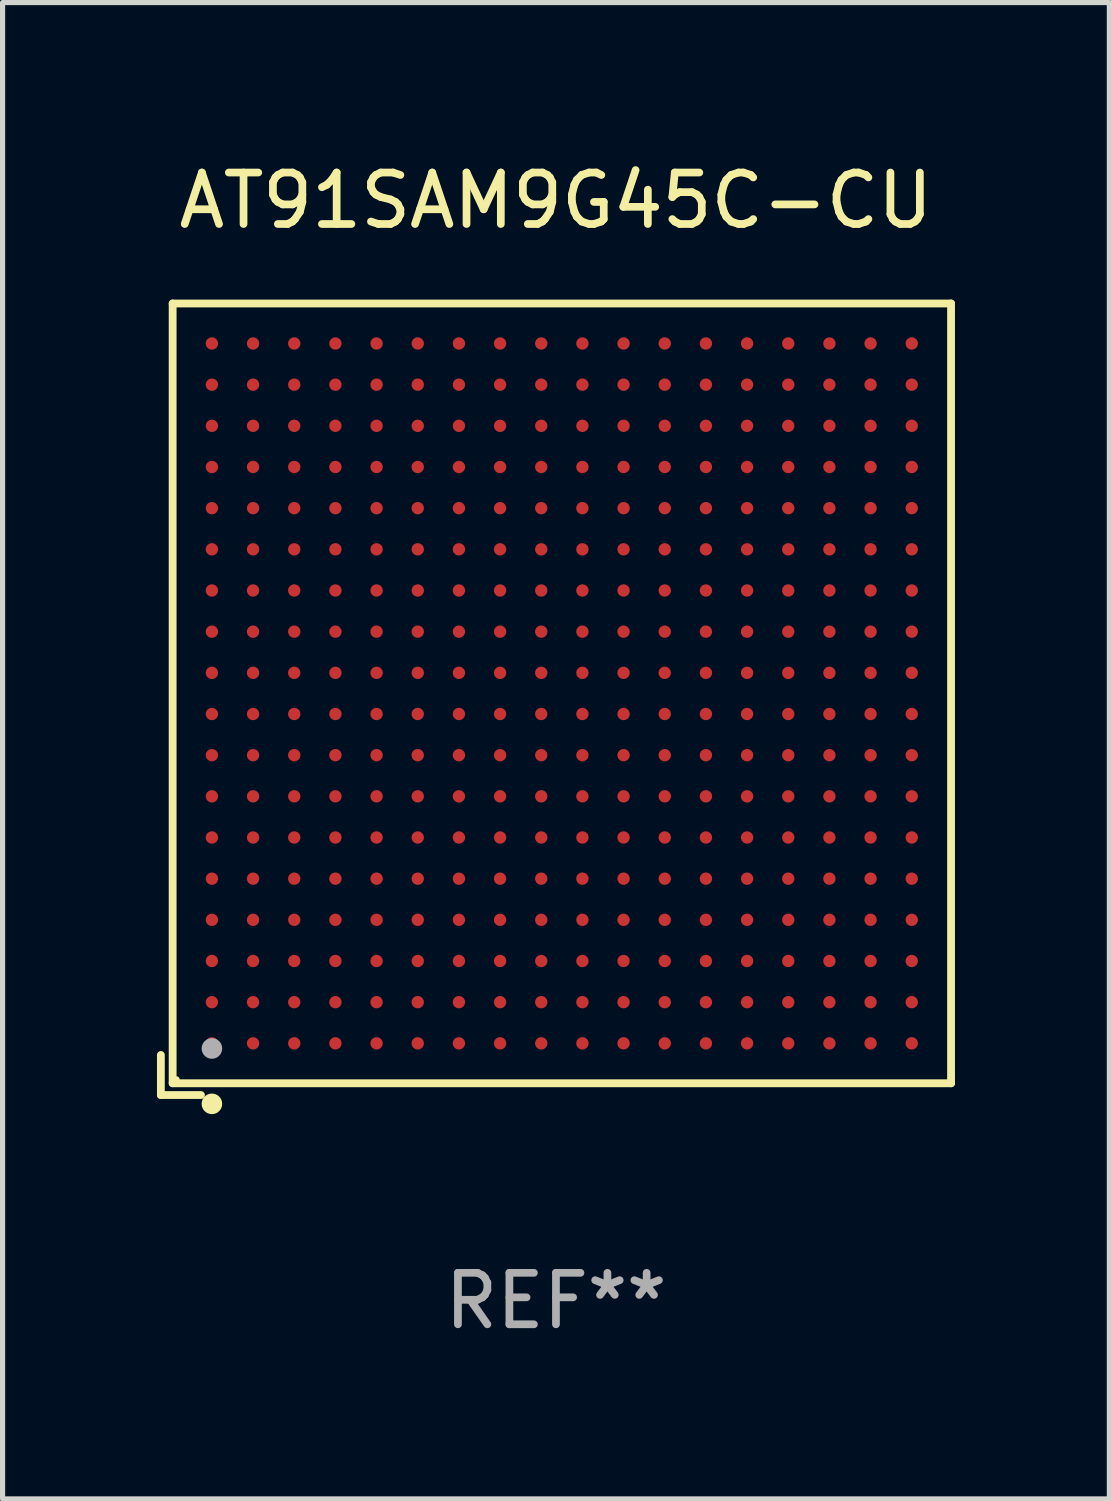
<source format=kicad_pcb>
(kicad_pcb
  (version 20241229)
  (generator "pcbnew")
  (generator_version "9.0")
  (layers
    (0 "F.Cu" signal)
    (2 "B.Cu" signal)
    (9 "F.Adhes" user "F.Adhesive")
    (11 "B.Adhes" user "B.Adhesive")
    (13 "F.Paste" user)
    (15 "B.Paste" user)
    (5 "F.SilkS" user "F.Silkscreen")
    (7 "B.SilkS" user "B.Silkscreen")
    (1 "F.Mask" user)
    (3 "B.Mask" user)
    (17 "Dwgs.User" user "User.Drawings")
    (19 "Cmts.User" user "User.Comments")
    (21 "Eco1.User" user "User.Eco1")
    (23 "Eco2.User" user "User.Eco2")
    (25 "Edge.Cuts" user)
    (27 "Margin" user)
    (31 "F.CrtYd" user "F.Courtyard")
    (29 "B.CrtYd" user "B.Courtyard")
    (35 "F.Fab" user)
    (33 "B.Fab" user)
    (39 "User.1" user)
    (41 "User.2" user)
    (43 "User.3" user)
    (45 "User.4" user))
  (footprint "AT91SAM9G45C-CU"
    (layer "F.Cu")
    (at 7.754 10.539)
    (property "Reference" "AT91SAM9G45C-CU" (at 0 -9.691 0) (layer "F.SilkS") (effects (font (size 1 1) (thickness 0.15))))
    (attr through_hole)
    (fp_line (start -7.678 6.912) (end -7.678 7.691) (stroke (width 0.152) (type solid)) (layer "F.SilkS"))
    (fp_line (start -7.678 7.691) (end -6.899 7.691) (stroke (width 0.152) (type solid)) (layer "F.SilkS"))
    (fp_line (start -7.449 -7.691) (end 7.678 -7.691) (stroke (width 0.152) (type solid)) (layer "F.SilkS"))
    (fp_line (start -7.449 7.462) (end -7.449 -7.691) (stroke (width 0.152) (type solid)) (layer "F.SilkS"))
    (fp_line (start 7.678 -7.691) (end 7.678 7.462) (stroke (width 0.152) (type solid)) (layer "F.SilkS"))
    (fp_line (start 7.678 7.462) (end -7.449 7.462) (stroke (width 0.152) (type solid)) (layer "F.SilkS"))
    (fp_circle (center -7.373 7.386) (end -7.343 7.386) (stroke (width 0.06) (type solid)) (fill no) (layer "F.SilkS"))
    (fp_circle (center -6.686 7.862) (end -6.586 7.862) (stroke (width 0.2) (type solid)) (fill no) (layer "F.SilkS"))
    (fp_circle (center -6.686 6.786) (end -6.586 6.786) (stroke (width 0.2) (type solid)) (fill no) (layer "F.Fab"))
    (fp_text user "REF**" (at 0 11.691 0) (layer "F.Fab") (effects (font (size 1 1) (thickness 0.15))))
    (pad "A1" smd circle (at -6.686 6.686) (size 0.24 0.24) (layers "F.Cu" "F.Mask" "F.Paste"))
    (pad "A2" smd circle (at -6.686 5.886) (size 0.24 0.24) (layers "F.Cu" "F.Mask" "F.Paste"))
    (pad "A3" smd circle (at -6.686 5.086) (size 0.24 0.24) (layers "F.Cu" "F.Mask" "F.Paste"))
    (pad "A4" smd circle (at -6.686 4.286) (size 0.24 0.24) (layers "F.Cu" "F.Mask" "F.Paste"))
    (pad "A5" smd circle (at -6.686 3.486) (size 0.24 0.24) (layers "F.Cu" "F.Mask" "F.Paste"))
    (pad "A6" smd circle (at -6.686 2.686) (size 0.24 0.24) (layers "F.Cu" "F.Mask" "F.Paste"))
    (pad "A7" smd circle (at -6.686 1.886) (size 0.24 0.24) (layers "F.Cu" "F.Mask" "F.Paste"))
    (pad "A8" smd circle (at -6.686 1.086) (size 0.24 0.24) (layers "F.Cu" "F.Mask" "F.Paste"))
    (pad "A9" smd circle (at -6.686 0.286) (size 0.24 0.24) (layers "F.Cu" "F.Mask" "F.Paste"))
    (pad "A10" smd circle (at -6.686 -0.514) (size 0.24 0.24) (layers "F.Cu" "F.Mask" "F.Paste"))
    (pad "A11" smd circle (at -6.686 -1.314) (size 0.24 0.24) (layers "F.Cu" "F.Mask" "F.Paste"))
    (pad "A12" smd circle (at -6.686 -2.114) (size 0.24 0.24) (layers "F.Cu" "F.Mask" "F.Paste"))
    (pad "A13" smd circle (at -6.686 -2.914) (size 0.24 0.24) (layers "F.Cu" "F.Mask" "F.Paste"))
    (pad "A14" smd circle (at -6.686 -3.714) (size 0.24 0.24) (layers "F.Cu" "F.Mask" "F.Paste"))
    (pad "A15" smd circle (at -6.686 -4.514) (size 0.24 0.24) (layers "F.Cu" "F.Mask" "F.Paste"))
    (pad "A16" smd circle (at -6.686 -5.314) (size 0.24 0.24) (layers "F.Cu" "F.Mask" "F.Paste"))
    (pad "A17" smd circle (at -6.686 -6.114) (size 0.24 0.24) (layers "F.Cu" "F.Mask" "F.Paste"))
    (pad "A18" smd circle (at -6.686 -6.914) (size 0.24 0.24) (layers "F.Cu" "F.Mask" "F.Paste"))
    (pad "B1" smd circle (at -5.886 6.686) (size 0.24 0.24) (layers "F.Cu" "F.Mask" "F.Paste"))
    (pad "B2" smd circle (at -5.886 5.886) (size 0.24 0.24) (layers "F.Cu" "F.Mask" "F.Paste"))
    (pad "B3" smd circle (at -5.886 5.086) (size 0.24 0.24) (layers "F.Cu" "F.Mask" "F.Paste"))
    (pad "B4" smd circle (at -5.886 4.286) (size 0.24 0.24) (layers "F.Cu" "F.Mask" "F.Paste"))
    (pad "B5" smd circle (at -5.886 3.486) (size 0.24 0.24) (layers "F.Cu" "F.Mask" "F.Paste"))
    (pad "B6" smd circle (at -5.886 2.686) (size 0.24 0.24) (layers "F.Cu" "F.Mask" "F.Paste"))
    (pad "B7" smd circle (at -5.886 1.886) (size 0.24 0.24) (layers "F.Cu" "F.Mask" "F.Paste"))
    (pad "B8" smd circle (at -5.886 1.086) (size 0.24 0.24) (layers "F.Cu" "F.Mask" "F.Paste"))
    (pad "B9" smd circle (at -5.886 0.286) (size 0.24 0.24) (layers "F.Cu" "F.Mask" "F.Paste"))
    (pad "B10" smd circle (at -5.886 -0.514) (size 0.24 0.24) (layers "F.Cu" "F.Mask" "F.Paste"))
    (pad "B11" smd circle (at -5.886 -1.314) (size 0.24 0.24) (layers "F.Cu" "F.Mask" "F.Paste"))
    (pad "B12" smd circle (at -5.886 -2.114) (size 0.24 0.24) (layers "F.Cu" "F.Mask" "F.Paste"))
    (pad "B13" smd circle (at -5.886 -2.914) (size 0.24 0.24) (layers "F.Cu" "F.Mask" "F.Paste"))
    (pad "B14" smd circle (at -5.886 -3.714) (size 0.24 0.24) (layers "F.Cu" "F.Mask" "F.Paste"))
    (pad "B15" smd circle (at -5.886 -4.514) (size 0.24 0.24) (layers "F.Cu" "F.Mask" "F.Paste"))
    (pad "B16" smd circle (at -5.886 -5.314) (size 0.24 0.24) (layers "F.Cu" "F.Mask" "F.Paste"))
    (pad "B17" smd circle (at -5.886 -6.114) (size 0.24 0.24) (layers "F.Cu" "F.Mask" "F.Paste"))
    (pad "B18" smd circle (at -5.886 -6.914) (size 0.24 0.24) (layers "F.Cu" "F.Mask" "F.Paste"))
    (pad "C1" smd circle (at -5.086 6.686) (size 0.24 0.24) (layers "F.Cu" "F.Mask" "F.Paste"))
    (pad "C2" smd circle (at -5.086 5.886) (size 0.24 0.24) (layers "F.Cu" "F.Mask" "F.Paste"))
    (pad "C3" smd circle (at -5.086 5.086) (size 0.24 0.24) (layers "F.Cu" "F.Mask" "F.Paste"))
    (pad "C4" smd circle (at -5.086 4.286) (size 0.24 0.24) (layers "F.Cu" "F.Mask" "F.Paste"))
    (pad "C5" smd circle (at -5.086 3.486) (size 0.24 0.24) (layers "F.Cu" "F.Mask" "F.Paste"))
    (pad "C6" smd circle (at -5.086 2.686) (size 0.24 0.24) (layers "F.Cu" "F.Mask" "F.Paste"))
    (pad "C7" smd circle (at -5.086 1.886) (size 0.24 0.24) (layers "F.Cu" "F.Mask" "F.Paste"))
    (pad "C8" smd circle (at -5.086 1.086) (size 0.24 0.24) (layers "F.Cu" "F.Mask" "F.Paste"))
    (pad "C9" smd circle (at -5.086 0.286) (size 0.24 0.24) (layers "F.Cu" "F.Mask" "F.Paste"))
    (pad "C10" smd circle (at -5.086 -0.514) (size 0.24 0.24) (layers "F.Cu" "F.Mask" "F.Paste"))
    (pad "C11" smd circle (at -5.086 -1.314) (size 0.24 0.24) (layers "F.Cu" "F.Mask" "F.Paste"))
    (pad "C12" smd circle (at -5.086 -2.114) (size 0.24 0.24) (layers "F.Cu" "F.Mask" "F.Paste"))
    (pad "C13" smd circle (at -5.086 -2.914) (size 0.24 0.24) (layers "F.Cu" "F.Mask" "F.Paste"))
    (pad "C14" smd circle (at -5.086 -3.714) (size 0.24 0.24) (layers "F.Cu" "F.Mask" "F.Paste"))
    (pad "C15" smd circle (at -5.086 -4.514) (size 0.24 0.24) (layers "F.Cu" "F.Mask" "F.Paste"))
    (pad "C16" smd circle (at -5.086 -5.314) (size 0.24 0.24) (layers "F.Cu" "F.Mask" "F.Paste"))
    (pad "C17" smd circle (at -5.086 -6.114) (size 0.24 0.24) (layers "F.Cu" "F.Mask" "F.Paste"))
    (pad "C18" smd circle (at -5.086 -6.914) (size 0.24 0.24) (layers "F.Cu" "F.Mask" "F.Paste"))
    (pad "D1" smd circle (at -4.286 6.686) (size 0.24 0.24) (layers "F.Cu" "F.Mask" "F.Paste"))
    (pad "D2" smd circle (at -4.286 5.886) (size 0.24 0.24) (layers "F.Cu" "F.Mask" "F.Paste"))
    (pad "D3" smd circle (at -4.286 5.086) (size 0.24 0.24) (layers "F.Cu" "F.Mask" "F.Paste"))
    (pad "D4" smd circle (at -4.286 4.286) (size 0.24 0.24) (layers "F.Cu" "F.Mask" "F.Paste"))
    (pad "D5" smd circle (at -4.286 3.486) (size 0.24 0.24) (layers "F.Cu" "F.Mask" "F.Paste"))
    (pad "D6" smd circle (at -4.286 2.686) (size 0.24 0.24) (layers "F.Cu" "F.Mask" "F.Paste"))
    (pad "D7" smd circle (at -4.286 1.886) (size 0.24 0.24) (layers "F.Cu" "F.Mask" "F.Paste"))
    (pad "D8" smd circle (at -4.286 1.086) (size 0.24 0.24) (layers "F.Cu" "F.Mask" "F.Paste"))
    (pad "D9" smd circle (at -4.286 0.286) (size 0.24 0.24) (layers "F.Cu" "F.Mask" "F.Paste"))
    (pad "D10" smd circle (at -4.286 -0.514) (size 0.24 0.24) (layers "F.Cu" "F.Mask" "F.Paste"))
    (pad "D11" smd circle (at -4.286 -1.314) (size 0.24 0.24) (layers "F.Cu" "F.Mask" "F.Paste"))
    (pad "D12" smd circle (at -4.286 -2.114) (size 0.24 0.24) (layers "F.Cu" "F.Mask" "F.Paste"))
    (pad "D13" smd circle (at -4.286 -2.914) (size 0.24 0.24) (layers "F.Cu" "F.Mask" "F.Paste"))
    (pad "D14" smd circle (at -4.286 -3.714) (size 0.24 0.24) (layers "F.Cu" "F.Mask" "F.Paste"))
    (pad "D15" smd circle (at -4.286 -4.514) (size 0.24 0.24) (layers "F.Cu" "F.Mask" "F.Paste"))
    (pad "D16" smd circle (at -4.286 -5.314) (size 0.24 0.24) (layers "F.Cu" "F.Mask" "F.Paste"))
    (pad "D17" smd circle (at -4.286 -6.114) (size 0.24 0.24) (layers "F.Cu" "F.Mask" "F.Paste"))
    (pad "D18" smd circle (at -4.286 -6.914) (size 0.24 0.24) (layers "F.Cu" "F.Mask" "F.Paste"))
    (pad "E1" smd circle (at -3.486 6.686) (size 0.24 0.24) (layers "F.Cu" "F.Mask" "F.Paste"))
    (pad "E2" smd circle (at -3.486 5.886) (size 0.24 0.24) (layers "F.Cu" "F.Mask" "F.Paste"))
    (pad "E3" smd circle (at -3.486 5.086) (size 0.24 0.24) (layers "F.Cu" "F.Mask" "F.Paste"))
    (pad "E4" smd circle (at -3.486 4.286) (size 0.24 0.24) (layers "F.Cu" "F.Mask" "F.Paste"))
    (pad "E5" smd circle (at -3.486 3.486) (size 0.24 0.24) (layers "F.Cu" "F.Mask" "F.Paste"))
    (pad "E6" smd circle (at -3.486 2.686) (size 0.24 0.24) (layers "F.Cu" "F.Mask" "F.Paste"))
    (pad "E7" smd circle (at -3.486 1.886) (size 0.24 0.24) (layers "F.Cu" "F.Mask" "F.Paste"))
    (pad "E8" smd circle (at -3.486 1.086) (size 0.24 0.24) (layers "F.Cu" "F.Mask" "F.Paste"))
    (pad "E9" smd circle (at -3.486 0.286) (size 0.24 0.24) (layers "F.Cu" "F.Mask" "F.Paste"))
    (pad "E10" smd circle (at -3.486 -0.514) (size 0.24 0.24) (layers "F.Cu" "F.Mask" "F.Paste"))
    (pad "E11" smd circle (at -3.486 -1.314) (size 0.24 0.24) (layers "F.Cu" "F.Mask" "F.Paste"))
    (pad "E12" smd circle (at -3.486 -2.114) (size 0.24 0.24) (layers "F.Cu" "F.Mask" "F.Paste"))
    (pad "E13" smd circle (at -3.486 -2.914) (size 0.24 0.24) (layers "F.Cu" "F.Mask" "F.Paste"))
    (pad "E14" smd circle (at -3.486 -3.714) (size 0.24 0.24) (layers "F.Cu" "F.Mask" "F.Paste"))
    (pad "E15" smd circle (at -3.486 -4.514) (size 0.24 0.24) (layers "F.Cu" "F.Mask" "F.Paste"))
    (pad "E16" smd circle (at -3.486 -5.314) (size 0.24 0.24) (layers "F.Cu" "F.Mask" "F.Paste"))
    (pad "E17" smd circle (at -3.486 -6.114) (size 0.24 0.24) (layers "F.Cu" "F.Mask" "F.Paste"))
    (pad "E18" smd circle (at -3.486 -6.914) (size 0.24 0.24) (layers "F.Cu" "F.Mask" "F.Paste"))
    (pad "F1" smd circle (at -2.686 6.686) (size 0.24 0.24) (layers "F.Cu" "F.Mask" "F.Paste"))
    (pad "F2" smd circle (at -2.686 5.886) (size 0.24 0.24) (layers "F.Cu" "F.Mask" "F.Paste"))
    (pad "F3" smd circle (at -2.686 5.086) (size 0.24 0.24) (layers "F.Cu" "F.Mask" "F.Paste"))
    (pad "F4" smd circle (at -2.686 4.286) (size 0.24 0.24) (layers "F.Cu" "F.Mask" "F.Paste"))
    (pad "F5" smd circle (at -2.686 3.486) (size 0.24 0.24) (layers "F.Cu" "F.Mask" "F.Paste"))
    (pad "F6" smd circle (at -2.686 2.686) (size 0.24 0.24) (layers "F.Cu" "F.Mask" "F.Paste"))
    (pad "F7" smd circle (at -2.686 1.886) (size 0.24 0.24) (layers "F.Cu" "F.Mask" "F.Paste"))
    (pad "F8" smd circle (at -2.686 1.086) (size 0.24 0.24) (layers "F.Cu" "F.Mask" "F.Paste"))
    (pad "F9" smd circle (at -2.686 0.286) (size 0.24 0.24) (layers "F.Cu" "F.Mask" "F.Paste"))
    (pad "F10" smd circle (at -2.686 -0.514) (size 0.24 0.24) (layers "F.Cu" "F.Mask" "F.Paste"))
    (pad "F11" smd circle (at -2.686 -1.314) (size 0.24 0.24) (layers "F.Cu" "F.Mask" "F.Paste"))
    (pad "F12" smd circle (at -2.686 -2.114) (size 0.24 0.24) (layers "F.Cu" "F.Mask" "F.Paste"))
    (pad "F13" smd circle (at -2.686 -2.914) (size 0.24 0.24) (layers "F.Cu" "F.Mask" "F.Paste"))
    (pad "F14" smd circle (at -2.686 -3.714) (size 0.24 0.24) (layers "F.Cu" "F.Mask" "F.Paste"))
    (pad "F15" smd circle (at -2.686 -4.514) (size 0.24 0.24) (layers "F.Cu" "F.Mask" "F.Paste"))
    (pad "F16" smd circle (at -2.686 -5.314) (size 0.24 0.24) (layers "F.Cu" "F.Mask" "F.Paste"))
    (pad "F17" smd circle (at -2.686 -6.114) (size 0.24 0.24) (layers "F.Cu" "F.Mask" "F.Paste"))
    (pad "F18" smd circle (at -2.686 -6.914) (size 0.24 0.24) (layers "F.Cu" "F.Mask" "F.Paste"))
    (pad "G1" smd circle (at -1.886 6.686) (size 0.24 0.24) (layers "F.Cu" "F.Mask" "F.Paste"))
    (pad "G2" smd circle (at -1.886 5.886) (size 0.24 0.24) (layers "F.Cu" "F.Mask" "F.Paste"))
    (pad "G3" smd circle (at -1.886 5.086) (size 0.24 0.24) (layers "F.Cu" "F.Mask" "F.Paste"))
    (pad "G4" smd circle (at -1.886 4.286) (size 0.24 0.24) (layers "F.Cu" "F.Mask" "F.Paste"))
    (pad "G5" smd circle (at -1.886 3.486) (size 0.24 0.24) (layers "F.Cu" "F.Mask" "F.Paste"))
    (pad "G6" smd circle (at -1.886 2.686) (size 0.24 0.24) (layers "F.Cu" "F.Mask" "F.Paste"))
    (pad "G7" smd circle (at -1.886 1.886) (size 0.24 0.24) (layers "F.Cu" "F.Mask" "F.Paste"))
    (pad "G8" smd circle (at -1.886 1.086) (size 0.24 0.24) (layers "F.Cu" "F.Mask" "F.Paste"))
    (pad "G9" smd circle (at -1.886 0.286) (size 0.24 0.24) (layers "F.Cu" "F.Mask" "F.Paste"))
    (pad "G10" smd circle (at -1.886 -0.514) (size 0.24 0.24) (layers "F.Cu" "F.Mask" "F.Paste"))
    (pad "G11" smd circle (at -1.886 -1.314) (size 0.24 0.24) (layers "F.Cu" "F.Mask" "F.Paste"))
    (pad "G12" smd circle (at -1.886 -2.114) (size 0.24 0.24) (layers "F.Cu" "F.Mask" "F.Paste"))
    (pad "G13" smd circle (at -1.886 -2.914) (size 0.24 0.24) (layers "F.Cu" "F.Mask" "F.Paste"))
    (pad "G14" smd circle (at -1.886 -3.714) (size 0.24 0.24) (layers "F.Cu" "F.Mask" "F.Paste"))
    (pad "G15" smd circle (at -1.886 -4.514) (size 0.24 0.24) (layers "F.Cu" "F.Mask" "F.Paste"))
    (pad "G16" smd circle (at -1.886 -5.314) (size 0.24 0.24) (layers "F.Cu" "F.Mask" "F.Paste"))
    (pad "G17" smd circle (at -1.886 -6.114) (size 0.24 0.24) (layers "F.Cu" "F.Mask" "F.Paste"))
    (pad "G18" smd circle (at -1.886 -6.914) (size 0.24 0.24) (layers "F.Cu" "F.Mask" "F.Paste"))
    (pad "H1" smd circle (at -1.086 6.686) (size 0.24 0.24) (layers "F.Cu" "F.Mask" "F.Paste"))
    (pad "H2" smd circle (at -1.086 5.886) (size 0.24 0.24) (layers "F.Cu" "F.Mask" "F.Paste"))
    (pad "H3" smd circle (at -1.086 5.086) (size 0.24 0.24) (layers "F.Cu" "F.Mask" "F.Paste"))
    (pad "H4" smd circle (at -1.086 4.286) (size 0.24 0.24) (layers "F.Cu" "F.Mask" "F.Paste"))
    (pad "H5" smd circle (at -1.086 3.486) (size 0.24 0.24) (layers "F.Cu" "F.Mask" "F.Paste"))
    (pad "H6" smd circle (at -1.086 2.686) (size 0.24 0.24) (layers "F.Cu" "F.Mask" "F.Paste"))
    (pad "H7" smd circle (at -1.086 1.886) (size 0.24 0.24) (layers "F.Cu" "F.Mask" "F.Paste"))
    (pad "H8" smd circle (at -1.086 1.086) (size 0.24 0.24) (layers "F.Cu" "F.Mask" "F.Paste"))
    (pad "H9" smd circle (at -1.086 0.286) (size 0.24 0.24) (layers "F.Cu" "F.Mask" "F.Paste"))
    (pad "H10" smd circle (at -1.086 -0.514) (size 0.24 0.24) (layers "F.Cu" "F.Mask" "F.Paste"))
    (pad "H11" smd circle (at -1.086 -1.314) (size 0.24 0.24) (layers "F.Cu" "F.Mask" "F.Paste"))
    (pad "H12" smd circle (at -1.086 -2.114) (size 0.24 0.24) (layers "F.Cu" "F.Mask" "F.Paste"))
    (pad "H13" smd circle (at -1.086 -2.914) (size 0.24 0.24) (layers "F.Cu" "F.Mask" "F.Paste"))
    (pad "H14" smd circle (at -1.086 -3.714) (size 0.24 0.24) (layers "F.Cu" "F.Mask" "F.Paste"))
    (pad "H15" smd circle (at -1.086 -4.514) (size 0.24 0.24) (layers "F.Cu" "F.Mask" "F.Paste"))
    (pad "H16" smd circle (at -1.086 -5.314) (size 0.24 0.24) (layers "F.Cu" "F.Mask" "F.Paste"))
    (pad "H17" smd circle (at -1.086 -6.114) (size 0.24 0.24) (layers "F.Cu" "F.Mask" "F.Paste"))
    (pad "H18" smd circle (at -1.086 -6.914) (size 0.24 0.24) (layers "F.Cu" "F.Mask" "F.Paste"))
    (pad "J1" smd circle (at -0.286 6.686) (size 0.24 0.24) (layers "F.Cu" "F.Mask" "F.Paste"))
    (pad "J2" smd circle (at -0.286 5.886) (size 0.24 0.24) (layers "F.Cu" "F.Mask" "F.Paste"))
    (pad "J3" smd circle (at -0.286 5.086) (size 0.24 0.24) (layers "F.Cu" "F.Mask" "F.Paste"))
    (pad "J4" smd circle (at -0.286 4.286) (size 0.24 0.24) (layers "F.Cu" "F.Mask" "F.Paste"))
    (pad "J5" smd circle (at -0.286 3.486) (size 0.24 0.24) (layers "F.Cu" "F.Mask" "F.Paste"))
    (pad "J6" smd circle (at -0.286 2.686) (size 0.24 0.24) (layers "F.Cu" "F.Mask" "F.Paste"))
    (pad "J7" smd circle (at -0.286 1.886) (size 0.24 0.24) (layers "F.Cu" "F.Mask" "F.Paste"))
    (pad "J8" smd circle (at -0.286 1.086) (size 0.24 0.24) (layers "F.Cu" "F.Mask" "F.Paste"))
    (pad "J9" smd circle (at -0.286 0.286) (size 0.24 0.24) (layers "F.Cu" "F.Mask" "F.Paste"))
    (pad "J10" smd circle (at -0.286 -0.514) (size 0.24 0.24) (layers "F.Cu" "F.Mask" "F.Paste"))
    (pad "J11" smd circle (at -0.286 -1.314) (size 0.24 0.24) (layers "F.Cu" "F.Mask" "F.Paste"))
    (pad "J12" smd circle (at -0.286 -2.114) (size 0.24 0.24) (layers "F.Cu" "F.Mask" "F.Paste"))
    (pad "J13" smd circle (at -0.286 -2.914) (size 0.24 0.24) (layers "F.Cu" "F.Mask" "F.Paste"))
    (pad "J14" smd circle (at -0.286 -3.714) (size 0.24 0.24) (layers "F.Cu" "F.Mask" "F.Paste"))
    (pad "J15" smd circle (at -0.286 -4.514) (size 0.24 0.24) (layers "F.Cu" "F.Mask" "F.Paste"))
    (pad "J16" smd circle (at -0.286 -5.314) (size 0.24 0.24) (layers "F.Cu" "F.Mask" "F.Paste"))
    (pad "J17" smd circle (at -0.286 -6.114) (size 0.24 0.24) (layers "F.Cu" "F.Mask" "F.Paste"))
    (pad "J18" smd circle (at -0.286 -6.914) (size 0.24 0.24) (layers "F.Cu" "F.Mask" "F.Paste"))
    (pad "K1" smd circle (at 0.514 6.686) (size 0.24 0.24) (layers "F.Cu" "F.Mask" "F.Paste"))
    (pad "K2" smd circle (at 0.514 5.886) (size 0.24 0.24) (layers "F.Cu" "F.Mask" "F.Paste"))
    (pad "K3" smd circle (at 0.514 5.086) (size 0.24 0.24) (layers "F.Cu" "F.Mask" "F.Paste"))
    (pad "K4" smd circle (at 0.514 4.286) (size 0.24 0.24) (layers "F.Cu" "F.Mask" "F.Paste"))
    (pad "K5" smd circle (at 0.514 3.486) (size 0.24 0.24) (layers "F.Cu" "F.Mask" "F.Paste"))
    (pad "K6" smd circle (at 0.514 2.686) (size 0.24 0.24) (layers "F.Cu" "F.Mask" "F.Paste"))
    (pad "K7" smd circle (at 0.514 1.886) (size 0.24 0.24) (layers "F.Cu" "F.Mask" "F.Paste"))
    (pad "K8" smd circle (at 0.514 1.086) (size 0.24 0.24) (layers "F.Cu" "F.Mask" "F.Paste"))
    (pad "K9" smd circle (at 0.514 0.286) (size 0.24 0.24) (layers "F.Cu" "F.Mask" "F.Paste"))
    (pad "K10" smd circle (at 0.514 -0.514) (size 0.24 0.24) (layers "F.Cu" "F.Mask" "F.Paste"))
    (pad "K11" smd circle (at 0.514 -1.314) (size 0.24 0.24) (layers "F.Cu" "F.Mask" "F.Paste"))
    (pad "K12" smd circle (at 0.514 -2.114) (size 0.24 0.24) (layers "F.Cu" "F.Mask" "F.Paste"))
    (pad "K13" smd circle (at 0.514 -2.914) (size 0.24 0.24) (layers "F.Cu" "F.Mask" "F.Paste"))
    (pad "K14" smd circle (at 0.514 -3.714) (size 0.24 0.24) (layers "F.Cu" "F.Mask" "F.Paste"))
    (pad "K15" smd circle (at 0.514 -4.514) (size 0.24 0.24) (layers "F.Cu" "F.Mask" "F.Paste"))
    (pad "K16" smd circle (at 0.514 -5.314) (size 0.24 0.24) (layers "F.Cu" "F.Mask" "F.Paste"))
    (pad "K17" smd circle (at 0.514 -6.114) (size 0.24 0.24) (layers "F.Cu" "F.Mask" "F.Paste"))
    (pad "K18" smd circle (at 0.514 -6.914) (size 0.24 0.24) (layers "F.Cu" "F.Mask" "F.Paste"))
    (pad "L1" smd circle (at 1.314 6.686) (size 0.24 0.24) (layers "F.Cu" "F.Mask" "F.Paste"))
    (pad "L2" smd circle (at 1.314 5.886) (size 0.24 0.24) (layers "F.Cu" "F.Mask" "F.Paste"))
    (pad "L3" smd circle (at 1.314 5.086) (size 0.24 0.24) (layers "F.Cu" "F.Mask" "F.Paste"))
    (pad "L4" smd circle (at 1.314 4.286) (size 0.24 0.24) (layers "F.Cu" "F.Mask" "F.Paste"))
    (pad "L5" smd circle (at 1.314 3.486) (size 0.24 0.24) (layers "F.Cu" "F.Mask" "F.Paste"))
    (pad "L6" smd circle (at 1.314 2.686) (size 0.24 0.24) (layers "F.Cu" "F.Mask" "F.Paste"))
    (pad "L7" smd circle (at 1.314 1.886) (size 0.24 0.24) (layers "F.Cu" "F.Mask" "F.Paste"))
    (pad "L8" smd circle (at 1.314 1.086) (size 0.24 0.24) (layers "F.Cu" "F.Mask" "F.Paste"))
    (pad "L9" smd circle (at 1.314 0.286) (size 0.24 0.24) (layers "F.Cu" "F.Mask" "F.Paste"))
    (pad "L10" smd circle (at 1.314 -0.514) (size 0.24 0.24) (layers "F.Cu" "F.Mask" "F.Paste"))
    (pad "L11" smd circle (at 1.314 -1.314) (size 0.24 0.24) (layers "F.Cu" "F.Mask" "F.Paste"))
    (pad "L12" smd circle (at 1.314 -2.114) (size 0.24 0.24) (layers "F.Cu" "F.Mask" "F.Paste"))
    (pad "L13" smd circle (at 1.314 -2.914) (size 0.24 0.24) (layers "F.Cu" "F.Mask" "F.Paste"))
    (pad "L14" smd circle (at 1.314 -3.714) (size 0.24 0.24) (layers "F.Cu" "F.Mask" "F.Paste"))
    (pad "L15" smd circle (at 1.314 -4.514) (size 0.24 0.24) (layers "F.Cu" "F.Mask" "F.Paste"))
    (pad "L16" smd circle (at 1.314 -5.314) (size 0.24 0.24) (layers "F.Cu" "F.Mask" "F.Paste"))
    (pad "L17" smd circle (at 1.314 -6.114) (size 0.24 0.24) (layers "F.Cu" "F.Mask" "F.Paste"))
    (pad "L18" smd circle (at 1.314 -6.914) (size 0.24 0.24) (layers "F.Cu" "F.Mask" "F.Paste"))
    (pad "M1" smd circle (at 2.114 6.686) (size 0.24 0.24) (layers "F.Cu" "F.Mask" "F.Paste"))
    (pad "M2" smd circle (at 2.114 5.886) (size 0.24 0.24) (layers "F.Cu" "F.Mask" "F.Paste"))
    (pad "M3" smd circle (at 2.114 5.086) (size 0.24 0.24) (layers "F.Cu" "F.Mask" "F.Paste"))
    (pad "M4" smd circle (at 2.114 4.286) (size 0.24 0.24) (layers "F.Cu" "F.Mask" "F.Paste"))
    (pad "M5" smd circle (at 2.114 3.486) (size 0.24 0.24) (layers "F.Cu" "F.Mask" "F.Paste"))
    (pad "M6" smd circle (at 2.114 2.686) (size 0.24 0.24) (layers "F.Cu" "F.Mask" "F.Paste"))
    (pad "M7" smd circle (at 2.114 1.886) (size 0.24 0.24) (layers "F.Cu" "F.Mask" "F.Paste"))
    (pad "M8" smd circle (at 2.114 1.086) (size 0.24 0.24) (layers "F.Cu" "F.Mask" "F.Paste"))
    (pad "M9" smd circle (at 2.114 0.286) (size 0.24 0.24) (layers "F.Cu" "F.Mask" "F.Paste"))
    (pad "M10" smd circle (at 2.114 -0.514) (size 0.24 0.24) (layers "F.Cu" "F.Mask" "F.Paste"))
    (pad "M11" smd circle (at 2.114 -1.314) (size 0.24 0.24) (layers "F.Cu" "F.Mask" "F.Paste"))
    (pad "M12" smd circle (at 2.114 -2.114) (size 0.24 0.24) (layers "F.Cu" "F.Mask" "F.Paste"))
    (pad "M13" smd circle (at 2.114 -2.914) (size 0.24 0.24) (layers "F.Cu" "F.Mask" "F.Paste"))
    (pad "M14" smd circle (at 2.114 -3.714) (size 0.24 0.24) (layers "F.Cu" "F.Mask" "F.Paste"))
    (pad "M15" smd circle (at 2.114 -4.514) (size 0.24 0.24) (layers "F.Cu" "F.Mask" "F.Paste"))
    (pad "M16" smd circle (at 2.114 -5.314) (size 0.24 0.24) (layers "F.Cu" "F.Mask" "F.Paste"))
    (pad "M17" smd circle (at 2.114 -6.114) (size 0.24 0.24) (layers "F.Cu" "F.Mask" "F.Paste"))
    (pad "M18" smd circle (at 2.114 -6.914) (size 0.24 0.24) (layers "F.Cu" "F.Mask" "F.Paste"))
    (pad "N1" smd circle (at 2.914 6.686) (size 0.24 0.24) (layers "F.Cu" "F.Mask" "F.Paste"))
    (pad "N2" smd circle (at 2.914 5.886) (size 0.24 0.24) (layers "F.Cu" "F.Mask" "F.Paste"))
    (pad "N3" smd circle (at 2.914 5.086) (size 0.24 0.24) (layers "F.Cu" "F.Mask" "F.Paste"))
    (pad "N4" smd circle (at 2.914 4.286) (size 0.24 0.24) (layers "F.Cu" "F.Mask" "F.Paste"))
    (pad "N5" smd circle (at 2.914 3.486) (size 0.24 0.24) (layers "F.Cu" "F.Mask" "F.Paste"))
    (pad "N6" smd circle (at 2.914 2.686) (size 0.24 0.24) (layers "F.Cu" "F.Mask" "F.Paste"))
    (pad "N7" smd circle (at 2.914 1.886) (size 0.24 0.24) (layers "F.Cu" "F.Mask" "F.Paste"))
    (pad "N8" smd circle (at 2.914 1.086) (size 0.24 0.24) (layers "F.Cu" "F.Mask" "F.Paste"))
    (pad "N9" smd circle (at 2.914 0.286) (size 0.24 0.24) (layers "F.Cu" "F.Mask" "F.Paste"))
    (pad "N10" smd circle (at 2.914 -0.514) (size 0.24 0.24) (layers "F.Cu" "F.Mask" "F.Paste"))
    (pad "N11" smd circle (at 2.914 -1.314) (size 0.24 0.24) (layers "F.Cu" "F.Mask" "F.Paste"))
    (pad "N12" smd circle (at 2.914 -2.114) (size 0.24 0.24) (layers "F.Cu" "F.Mask" "F.Paste"))
    (pad "N13" smd circle (at 2.914 -2.914) (size 0.24 0.24) (layers "F.Cu" "F.Mask" "F.Paste"))
    (pad "N14" smd circle (at 2.914 -3.714) (size 0.24 0.24) (layers "F.Cu" "F.Mask" "F.Paste"))
    (pad "N15" smd circle (at 2.914 -4.514) (size 0.24 0.24) (layers "F.Cu" "F.Mask" "F.Paste"))
    (pad "N16" smd circle (at 2.914 -5.314) (size 0.24 0.24) (layers "F.Cu" "F.Mask" "F.Paste"))
    (pad "N17" smd circle (at 2.914 -6.114) (size 0.24 0.24) (layers "F.Cu" "F.Mask" "F.Paste"))
    (pad "N18" smd circle (at 2.914 -6.914) (size 0.24 0.24) (layers "F.Cu" "F.Mask" "F.Paste"))
    (pad "P1" smd circle (at 3.714 6.686) (size 0.24 0.24) (layers "F.Cu" "F.Mask" "F.Paste"))
    (pad "P2" smd circle (at 3.714 5.886) (size 0.24 0.24) (layers "F.Cu" "F.Mask" "F.Paste"))
    (pad "P3" smd circle (at 3.714 5.086) (size 0.24 0.24) (layers "F.Cu" "F.Mask" "F.Paste"))
    (pad "P4" smd circle (at 3.714 4.286) (size 0.24 0.24) (layers "F.Cu" "F.Mask" "F.Paste"))
    (pad "P5" smd circle (at 3.714 3.486) (size 0.24 0.24) (layers "F.Cu" "F.Mask" "F.Paste"))
    (pad "P6" smd circle (at 3.714 2.686) (size 0.24 0.24) (layers "F.Cu" "F.Mask" "F.Paste"))
    (pad "P7" smd circle (at 3.714 1.886) (size 0.24 0.24) (layers "F.Cu" "F.Mask" "F.Paste"))
    (pad "P8" smd circle (at 3.714 1.086) (size 0.24 0.24) (layers "F.Cu" "F.Mask" "F.Paste"))
    (pad "P9" smd circle (at 3.714 0.286) (size 0.24 0.24) (layers "F.Cu" "F.Mask" "F.Paste"))
    (pad "P10" smd circle (at 3.714 -0.514) (size 0.24 0.24) (layers "F.Cu" "F.Mask" "F.Paste"))
    (pad "P11" smd circle (at 3.714 -1.314) (size 0.24 0.24) (layers "F.Cu" "F.Mask" "F.Paste"))
    (pad "P12" smd circle (at 3.714 -2.114) (size 0.24 0.24) (layers "F.Cu" "F.Mask" "F.Paste"))
    (pad "P13" smd circle (at 3.714 -2.914) (size 0.24 0.24) (layers "F.Cu" "F.Mask" "F.Paste"))
    (pad "P14" smd circle (at 3.714 -3.714) (size 0.24 0.24) (layers "F.Cu" "F.Mask" "F.Paste"))
    (pad "P15" smd circle (at 3.714 -4.514) (size 0.24 0.24) (layers "F.Cu" "F.Mask" "F.Paste"))
    (pad "P16" smd circle (at 3.714 -5.314) (size 0.24 0.24) (layers "F.Cu" "F.Mask" "F.Paste"))
    (pad "P17" smd circle (at 3.714 -6.114) (size 0.24 0.24) (layers "F.Cu" "F.Mask" "F.Paste"))
    (pad "P18" smd circle (at 3.714 -6.914) (size 0.24 0.24) (layers "F.Cu" "F.Mask" "F.Paste"))
    (pad "R1" smd circle (at 4.514 6.686) (size 0.24 0.24) (layers "F.Cu" "F.Mask" "F.Paste"))
    (pad "R2" smd circle (at 4.514 5.886) (size 0.24 0.24) (layers "F.Cu" "F.Mask" "F.Paste"))
    (pad "R3" smd circle (at 4.514 5.086) (size 0.24 0.24) (layers "F.Cu" "F.Mask" "F.Paste"))
    (pad "R4" smd circle (at 4.514 4.286) (size 0.24 0.24) (layers "F.Cu" "F.Mask" "F.Paste"))
    (pad "R5" smd circle (at 4.514 3.486) (size 0.24 0.24) (layers "F.Cu" "F.Mask" "F.Paste"))
    (pad "R6" smd circle (at 4.514 2.686) (size 0.24 0.24) (layers "F.Cu" "F.Mask" "F.Paste"))
    (pad "R7" smd circle (at 4.514 1.886) (size 0.24 0.24) (layers "F.Cu" "F.Mask" "F.Paste"))
    (pad "R8" smd circle (at 4.514 1.086) (size 0.24 0.24) (layers "F.Cu" "F.Mask" "F.Paste"))
    (pad "R9" smd circle (at 4.514 0.286) (size 0.24 0.24) (layers "F.Cu" "F.Mask" "F.Paste"))
    (pad "R10" smd circle (at 4.514 -0.514) (size 0.24 0.24) (layers "F.Cu" "F.Mask" "F.Paste"))
    (pad "R11" smd circle (at 4.514 -1.314) (size 0.24 0.24) (layers "F.Cu" "F.Mask" "F.Paste"))
    (pad "R12" smd circle (at 4.514 -2.114) (size 0.24 0.24) (layers "F.Cu" "F.Mask" "F.Paste"))
    (pad "R13" smd circle (at 4.514 -2.914) (size 0.24 0.24) (layers "F.Cu" "F.Mask" "F.Paste"))
    (pad "R14" smd circle (at 4.514 -3.714) (size 0.24 0.24) (layers "F.Cu" "F.Mask" "F.Paste"))
    (pad "R15" smd circle (at 4.514 -4.514) (size 0.24 0.24) (layers "F.Cu" "F.Mask" "F.Paste"))
    (pad "R16" smd circle (at 4.514 -5.314) (size 0.24 0.24) (layers "F.Cu" "F.Mask" "F.Paste"))
    (pad "R17" smd circle (at 4.514 -6.114) (size 0.24 0.24) (layers "F.Cu" "F.Mask" "F.Paste"))
    (pad "R18" smd circle (at 4.514 -6.914) (size 0.24 0.24) (layers "F.Cu" "F.Mask" "F.Paste"))
    (pad "T1" smd circle (at 5.314 6.686) (size 0.24 0.24) (layers "F.Cu" "F.Mask" "F.Paste"))
    (pad "T2" smd circle (at 5.314 5.886) (size 0.24 0.24) (layers "F.Cu" "F.Mask" "F.Paste"))
    (pad "T3" smd circle (at 5.314 5.086) (size 0.24 0.24) (layers "F.Cu" "F.Mask" "F.Paste"))
    (pad "T4" smd circle (at 5.314 4.286) (size 0.24 0.24) (layers "F.Cu" "F.Mask" "F.Paste"))
    (pad "T5" smd circle (at 5.314 3.486) (size 0.24 0.24) (layers "F.Cu" "F.Mask" "F.Paste"))
    (pad "T6" smd circle (at 5.314 2.686) (size 0.24 0.24) (layers "F.Cu" "F.Mask" "F.Paste"))
    (pad "T7" smd circle (at 5.314 1.886) (size 0.24 0.24) (layers "F.Cu" "F.Mask" "F.Paste"))
    (pad "T8" smd circle (at 5.314 1.086) (size 0.24 0.24) (layers "F.Cu" "F.Mask" "F.Paste"))
    (pad "T9" smd circle (at 5.314 0.286) (size 0.24 0.24) (layers "F.Cu" "F.Mask" "F.Paste"))
    (pad "T10" smd circle (at 5.314 -0.514) (size 0.24 0.24) (layers "F.Cu" "F.Mask" "F.Paste"))
    (pad "T11" smd circle (at 5.314 -1.314) (size 0.24 0.24) (layers "F.Cu" "F.Mask" "F.Paste"))
    (pad "T12" smd circle (at 5.314 -2.114) (size 0.24 0.24) (layers "F.Cu" "F.Mask" "F.Paste"))
    (pad "T13" smd circle (at 5.314 -2.914) (size 0.24 0.24) (layers "F.Cu" "F.Mask" "F.Paste"))
    (pad "T14" smd circle (at 5.314 -3.714) (size 0.24 0.24) (layers "F.Cu" "F.Mask" "F.Paste"))
    (pad "T15" smd circle (at 5.314 -4.514) (size 0.24 0.24) (layers "F.Cu" "F.Mask" "F.Paste"))
    (pad "T16" smd circle (at 5.314 -5.314) (size 0.24 0.24) (layers "F.Cu" "F.Mask" "F.Paste"))
    (pad "T17" smd circle (at 5.314 -6.114) (size 0.24 0.24) (layers "F.Cu" "F.Mask" "F.Paste"))
    (pad "T18" smd circle (at 5.314 -6.914) (size 0.24 0.24) (layers "F.Cu" "F.Mask" "F.Paste"))
    (pad "U1" smd circle (at 6.114 6.686) (size 0.24 0.24) (layers "F.Cu" "F.Mask" "F.Paste"))
    (pad "U2" smd circle (at 6.114 5.886) (size 0.24 0.24) (layers "F.Cu" "F.Mask" "F.Paste"))
    (pad "U3" smd circle (at 6.114 5.086) (size 0.24 0.24) (layers "F.Cu" "F.Mask" "F.Paste"))
    (pad "U4" smd circle (at 6.114 4.286) (size 0.24 0.24) (layers "F.Cu" "F.Mask" "F.Paste"))
    (pad "U5" smd circle (at 6.114 3.486) (size 0.24 0.24) (layers "F.Cu" "F.Mask" "F.Paste"))
    (pad "U6" smd circle (at 6.114 2.686) (size 0.24 0.24) (layers "F.Cu" "F.Mask" "F.Paste"))
    (pad "U7" smd circle (at 6.114 1.886) (size 0.24 0.24) (layers "F.Cu" "F.Mask" "F.Paste"))
    (pad "U8" smd circle (at 6.114 1.086) (size 0.24 0.24) (layers "F.Cu" "F.Mask" "F.Paste"))
    (pad "U9" smd circle (at 6.114 0.286) (size 0.24 0.24) (layers "F.Cu" "F.Mask" "F.Paste"))
    (pad "U10" smd circle (at 6.114 -0.514) (size 0.24 0.24) (layers "F.Cu" "F.Mask" "F.Paste"))
    (pad "U11" smd circle (at 6.114 -1.314) (size 0.24 0.24) (layers "F.Cu" "F.Mask" "F.Paste"))
    (pad "U12" smd circle (at 6.114 -2.114) (size 0.24 0.24) (layers "F.Cu" "F.Mask" "F.Paste"))
    (pad "U13" smd circle (at 6.114 -2.914) (size 0.24 0.24) (layers "F.Cu" "F.Mask" "F.Paste"))
    (pad "U14" smd circle (at 6.114 -3.714) (size 0.24 0.24) (layers "F.Cu" "F.Mask" "F.Paste"))
    (pad "U15" smd circle (at 6.114 -4.514) (size 0.24 0.24) (layers "F.Cu" "F.Mask" "F.Paste"))
    (pad "U16" smd circle (at 6.114 -5.314) (size 0.24 0.24) (layers "F.Cu" "F.Mask" "F.Paste"))
    (pad "U17" smd circle (at 6.114 -6.114) (size 0.24 0.24) (layers "F.Cu" "F.Mask" "F.Paste"))
    (pad "U18" smd circle (at 6.114 -6.914) (size 0.24 0.24) (layers "F.Cu" "F.Mask" "F.Paste"))
    (pad "V1" smd circle (at 6.914 6.686) (size 0.24 0.24) (layers "F.Cu" "F.Mask" "F.Paste"))
    (pad "V2" smd circle (at 6.914 5.886) (size 0.24 0.24) (layers "F.Cu" "F.Mask" "F.Paste"))
    (pad "V3" smd circle (at 6.914 5.086) (size 0.24 0.24) (layers "F.Cu" "F.Mask" "F.Paste"))
    (pad "V4" smd circle (at 6.914 4.286) (size 0.24 0.24) (layers "F.Cu" "F.Mask" "F.Paste"))
    (pad "V5" smd circle (at 6.914 3.486) (size 0.24 0.24) (layers "F.Cu" "F.Mask" "F.Paste"))
    (pad "V6" smd circle (at 6.914 2.686) (size 0.24 0.24) (layers "F.Cu" "F.Mask" "F.Paste"))
    (pad "V7" smd circle (at 6.914 1.886) (size 0.24 0.24) (layers "F.Cu" "F.Mask" "F.Paste"))
    (pad "V8" smd circle (at 6.914 1.086) (size 0.24 0.24) (layers "F.Cu" "F.Mask" "F.Paste"))
    (pad "V9" smd circle (at 6.914 0.286) (size 0.24 0.24) (layers "F.Cu" "F.Mask" "F.Paste"))
    (pad "V10" smd circle (at 6.914 -0.514) (size 0.24 0.24) (layers "F.Cu" "F.Mask" "F.Paste"))
    (pad "V11" smd circle (at 6.914 -1.314) (size 0.24 0.24) (layers "F.Cu" "F.Mask" "F.Paste"))
    (pad "V12" smd circle (at 6.914 -2.114) (size 0.24 0.24) (layers "F.Cu" "F.Mask" "F.Paste"))
    (pad "V13" smd circle (at 6.914 -2.914) (size 0.24 0.24) (layers "F.Cu" "F.Mask" "F.Paste"))
    (pad "V14" smd circle (at 6.914 -3.714) (size 0.24 0.24) (layers "F.Cu" "F.Mask" "F.Paste"))
    (pad "V15" smd circle (at 6.914 -4.514) (size 0.24 0.24) (layers "F.Cu" "F.Mask" "F.Paste"))
    (pad "V16" smd circle (at 6.914 -5.314) (size 0.24 0.24) (layers "F.Cu" "F.Mask" "F.Paste"))
    (pad "V17" smd circle (at 6.914 -6.114) (size 0.24 0.24) (layers "F.Cu" "F.Mask" "F.Paste"))
    (pad "V18" smd circle (at 6.914 -6.914) (size 0.24 0.24) (layers "F.Cu" "F.Mask" "F.Paste")))
  (gr_rect
    (start -3 -3)
    (end 18.508 26.078)
    (stroke (width 0.1) (type default))
    (fill no)
    (layer "Edge.Cuts")))
</source>
